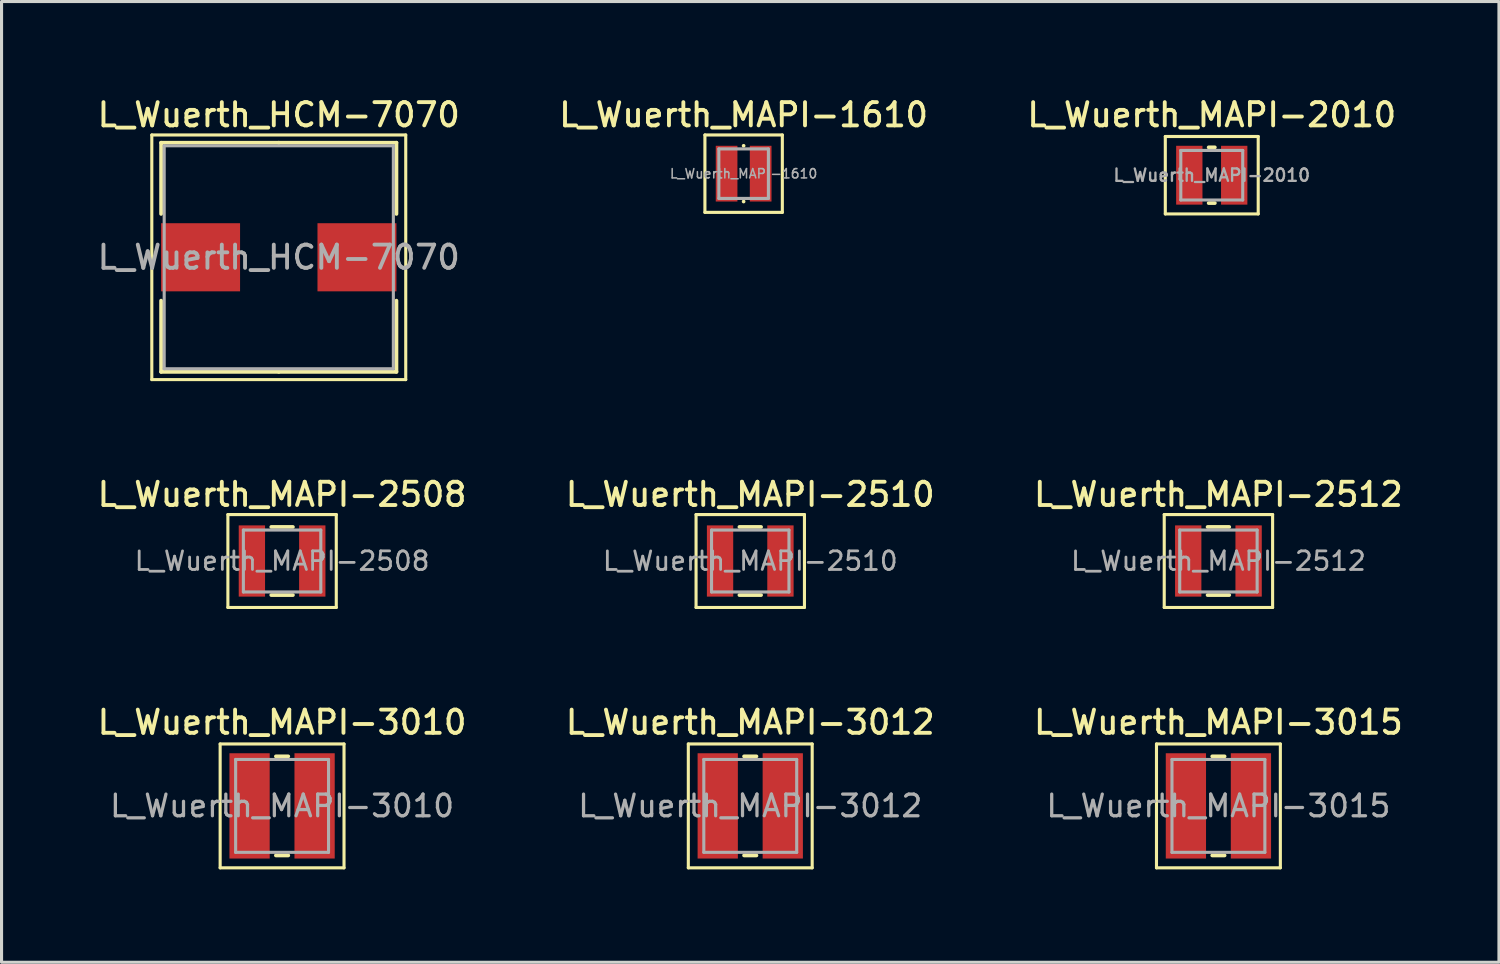
<source format=kicad_pcb>
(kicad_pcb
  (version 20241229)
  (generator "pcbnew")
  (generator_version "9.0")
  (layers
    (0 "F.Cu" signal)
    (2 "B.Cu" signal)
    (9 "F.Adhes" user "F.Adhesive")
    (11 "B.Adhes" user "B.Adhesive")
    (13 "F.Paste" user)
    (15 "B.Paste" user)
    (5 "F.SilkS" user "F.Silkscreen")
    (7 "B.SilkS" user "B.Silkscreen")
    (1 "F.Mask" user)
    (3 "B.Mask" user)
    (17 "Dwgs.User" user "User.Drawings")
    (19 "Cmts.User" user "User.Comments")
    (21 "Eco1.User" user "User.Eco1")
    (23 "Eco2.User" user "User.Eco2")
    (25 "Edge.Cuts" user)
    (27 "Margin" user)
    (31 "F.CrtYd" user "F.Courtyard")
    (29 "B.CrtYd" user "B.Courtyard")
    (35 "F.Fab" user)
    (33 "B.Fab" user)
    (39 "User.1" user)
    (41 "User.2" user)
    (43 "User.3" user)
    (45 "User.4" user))
  (footprint "L_Wuerth_MAPI-2512"
    (layer "F.Cu")
    (at 36.295 15.066)
    (property "Reference" "L_Wuerth_MAPI-2512" (at 0 -2.15 0) (layer "F.SilkS") (effects (font (size 0.75 0.75) (thickness 0.125))))
    (attr smd)
    (fp_line (start -1.75 -1.5) (end -1.75 1.5) (stroke (width 0.1) (type solid)) (layer "F.SilkS"))
    (fp_line (start -1.75 1.5) (end 1.75 1.5) (stroke (width 0.1) (type solid)) (layer "F.SilkS"))
    (fp_line (start -0.35 -1.1) (end 0.35 -1.1) (stroke (width 0.12) (type solid)) (layer "F.SilkS"))
    (fp_line (start -0.35 1.1) (end 0.35 1.1) (stroke (width 0.12) (type solid)) (layer "F.SilkS"))
    (fp_line (start 1.75 -1.5) (end -1.75 -1.5) (stroke (width 0.1) (type solid)) (layer "F.SilkS"))
    (fp_line (start 1.75 1.5) (end 1.75 -1.5) (stroke (width 0.1) (type solid)) (layer "F.SilkS"))
    (fp_line (start -1.25 -1) (end -1.25 1) (stroke (width 0.1) (type solid)) (layer "F.Fab"))
    (fp_line (start -1.25 1) (end 1.25 1) (stroke (width 0.1) (type solid)) (layer "F.Fab"))
    (fp_line (start 1.25 -1) (end -1.25 -1) (stroke (width 0.1) (type solid)) (layer "F.Fab"))
    (fp_line (start 1.25 1) (end 1.25 -1) (stroke (width 0.1) (type solid)) (layer "F.Fab"))
    (fp_text user "${REFERENCE}" (at 0 0 0) (layer "F.Fab") (effects (font (size 0.6 0.6) (thickness 0.09))))
    (pad "1" smd rect (at -0.975 0) (size 0.85 2.3) (layers "F.Cu" "F.Mask" "F.Paste"))
    (pad "2" smd rect (at 0.975 0) (size 0.85 2.3) (layers "F.Cu" "F.Mask" "F.Paste")))
  (footprint "L_Wuerth_MAPI-3010"
    (layer "F.Cu")
    (at 6.059 22.974)
    (property "Reference" "L_Wuerth_MAPI-3010" (at 0 -2.7 0) (layer "F.SilkS") (effects (font (size 0.75 0.75) (thickness 0.125))))
    (attr smd)
    (fp_line (start -2 -2) (end -2 2) (stroke (width 0.1) (type solid)) (layer "F.SilkS"))
    (fp_line (start -2 2) (end 2 2) (stroke (width 0.1) (type solid)) (layer "F.SilkS"))
    (fp_line (start -0.2 -1.6) (end 0.2 -1.6) (stroke (width 0.12) (type solid)) (layer "F.SilkS"))
    (fp_line (start -0.2 1.6) (end 0.2 1.6) (stroke (width 0.12) (type solid)) (layer "F.SilkS"))
    (fp_line (start 2 -2) (end -2 -2) (stroke (width 0.1) (type solid)) (layer "F.SilkS"))
    (fp_line (start 2 2) (end 2 -2) (stroke (width 0.1) (type solid)) (layer "F.SilkS"))
    (fp_line (start -1.5 -1.5) (end -1.5 1.5) (stroke (width 0.1) (type solid)) (layer "F.Fab"))
    (fp_line (start -1.5 1.5) (end 1.5 1.5) (stroke (width 0.1) (type solid)) (layer "F.Fab"))
    (fp_line (start 1.5 -1.5) (end -1.5 -1.5) (stroke (width 0.1) (type solid)) (layer "F.Fab"))
    (fp_line (start 1.5 1.5) (end 1.5 -1.5) (stroke (width 0.1) (type solid)) (layer "F.Fab"))
    (fp_text user "${REFERENCE}" (at 0 0 0) (layer "F.Fab") (effects (font (size 0.7 0.7) (thickness 0.105))))
    (pad "1" smd rect (at -1.05 0) (size 1.3 3.4) (layers "F.Cu" "F.Mask" "F.Paste"))
    (pad "2" smd rect (at 1.05 0) (size 1.3 3.4) (layers "F.Cu" "F.Mask" "F.Paste")))
  (footprint "L_Wuerth_MAPI-2508"
    (layer "F.Cu")
    (at 6.059 15.066)
    (property "Reference" "L_Wuerth_MAPI-2508" (at 0 -2.15 0) (layer "F.SilkS") (effects (font (size 0.75 0.75) (thickness 0.125))))
    (attr smd)
    (fp_line (start -1.75 -1.5) (end -1.75 1.5) (stroke (width 0.1) (type solid)) (layer "F.SilkS"))
    (fp_line (start -1.75 1.5) (end 1.75 1.5) (stroke (width 0.1) (type solid)) (layer "F.SilkS"))
    (fp_line (start -0.35 -1.1) (end 0.35 -1.1) (stroke (width 0.12) (type solid)) (layer "F.SilkS"))
    (fp_line (start -0.35 1.1) (end 0.35 1.1) (stroke (width 0.12) (type solid)) (layer "F.SilkS"))
    (fp_line (start 1.75 -1.5) (end -1.75 -1.5) (stroke (width 0.1) (type solid)) (layer "F.SilkS"))
    (fp_line (start 1.75 1.5) (end 1.75 -1.5) (stroke (width 0.1) (type solid)) (layer "F.SilkS"))
    (fp_line (start -1.25 -1) (end -1.25 1) (stroke (width 0.1) (type solid)) (layer "F.Fab"))
    (fp_line (start -1.25 1) (end 1.25 1) (stroke (width 0.1) (type solid)) (layer "F.Fab"))
    (fp_line (start 1.25 -1) (end -1.25 -1) (stroke (width 0.1) (type solid)) (layer "F.Fab"))
    (fp_line (start 1.25 1) (end 1.25 -1) (stroke (width 0.1) (type solid)) (layer "F.Fab"))
    (fp_text user "${REFERENCE}" (at 0 0 0) (layer "F.Fab") (effects (font (size 0.6 0.6) (thickness 0.09))))
    (pad "1" smd rect (at -0.975 0) (size 0.85 2.3) (layers "F.Cu" "F.Mask" "F.Paste"))
    (pad "2" smd rect (at 0.975 0) (size 0.85 2.3) (layers "F.Cu" "F.Mask" "F.Paste")))
  (footprint "L_Wuerth_HCM-7070"
    (layer "F.Cu")
    (at 5.952 5.258)
    (property "Reference" "L_Wuerth_HCM-7070" (at 0 -4.6 0) (layer "F.SilkS") (effects (font (size 0.75 0.75) (thickness 0.125))))
    (attr smd)
    (fp_line (start -4.1 -3.95) (end -4.1 3.95) (stroke (width 0.1) (type solid)) (layer "F.SilkS"))
    (fp_line (start -4.1 3.95) (end 4.1 3.95) (stroke (width 0.1) (type solid)) (layer "F.SilkS"))
    (fp_line (start -3.8 -3.7) (end 0 -3.7) (stroke (width 0.12) (type solid)) (layer "F.SilkS"))
    (fp_line (start -3.8 -1.4) (end -3.8 -3.7) (stroke (width 0.12) (type solid)) (layer "F.SilkS"))
    (fp_line (start -3.8 1.4) (end -3.8 3.7) (stroke (width 0.12) (type solid)) (layer "F.SilkS"))
    (fp_line (start -3.8 3.7) (end 0 3.7) (stroke (width 0.12) (type solid)) (layer "F.SilkS"))
    (fp_line (start 3.8 -3.7) (end 0 -3.7) (stroke (width 0.12) (type solid)) (layer "F.SilkS"))
    (fp_line (start 3.8 -1.4) (end 3.8 -3.7) (stroke (width 0.12) (type solid)) (layer "F.SilkS"))
    (fp_line (start 3.8 1.4) (end 3.8 3.7) (stroke (width 0.12) (type solid)) (layer "F.SilkS"))
    (fp_line (start 3.8 3.7) (end 0 3.7) (stroke (width 0.12) (type solid)) (layer "F.SilkS"))
    (fp_line (start 4.1 -3.95) (end -4.1 -3.95) (stroke (width 0.1) (type solid)) (layer "F.SilkS"))
    (fp_line (start 4.1 3.95) (end 4.1 -3.95) (stroke (width 0.1) (type solid)) (layer "F.SilkS"))
    (fp_line (start -3.7 -3.6) (end -3.7 3.6) (stroke (width 0.1) (type solid)) (layer "F.Fab"))
    (fp_line (start -3.7 3.6) (end 3.7 3.6) (stroke (width 0.1) (type solid)) (layer "F.Fab"))
    (fp_line (start 3.7 -3.6) (end -3.7 -3.6) (stroke (width 0.1) (type solid)) (layer "F.Fab"))
    (fp_line (start 3.7 3.6) (end 3.7 -3.6) (stroke (width 0.1) (type solid)) (layer "F.Fab"))
    (fp_text user "${REFERENCE}" (at 0 0 0) (layer "F.Fab") (effects (font (size 0.75 0.75) (thickness 0.125))))
    (pad "1" smd rect (at -2.525 0) (size 2.55 2.2) (layers "F.Cu" "F.Mask" "F.Paste"))
    (pad "2" smd rect (at 2.525 0) (size 2.55 2.2) (layers "F.Cu" "F.Mask" "F.Paste")))
  (footprint "L_Wuerth_MAPI-3012"
    (layer "F.Cu")
    (at 21.177 22.974)
    (property "Reference" "L_Wuerth_MAPI-3012" (at 0 -2.7 0) (layer "F.SilkS") (effects (font (size 0.75 0.75) (thickness 0.125))))
    (attr smd)
    (fp_line (start -2 -2) (end -2 2) (stroke (width 0.1) (type solid)) (layer "F.SilkS"))
    (fp_line (start -2 2) (end 2 2) (stroke (width 0.1) (type solid)) (layer "F.SilkS"))
    (fp_line (start -0.2 -1.6) (end 0.2 -1.6) (stroke (width 0.12) (type solid)) (layer "F.SilkS"))
    (fp_line (start -0.2 1.6) (end 0.2 1.6) (stroke (width 0.12) (type solid)) (layer "F.SilkS"))
    (fp_line (start 2 -2) (end -2 -2) (stroke (width 0.1) (type solid)) (layer "F.SilkS"))
    (fp_line (start 2 2) (end 2 -2) (stroke (width 0.1) (type solid)) (layer "F.SilkS"))
    (fp_line (start -1.5 -1.5) (end -1.5 1.5) (stroke (width 0.1) (type solid)) (layer "F.Fab"))
    (fp_line (start -1.5 1.5) (end 1.5 1.5) (stroke (width 0.1) (type solid)) (layer "F.Fab"))
    (fp_line (start 1.5 -1.5) (end -1.5 -1.5) (stroke (width 0.1) (type solid)) (layer "F.Fab"))
    (fp_line (start 1.5 1.5) (end 1.5 -1.5) (stroke (width 0.1) (type solid)) (layer "F.Fab"))
    (fp_text user "${REFERENCE}" (at 0 0 0) (layer "F.Fab") (effects (font (size 0.7 0.7) (thickness 0.105))))
    (pad "1" smd rect (at -1.05 0) (size 1.3 3.4) (layers "F.Cu" "F.Mask" "F.Paste"))
    (pad "2" smd rect (at 1.05 0) (size 1.3 3.4) (layers "F.Cu" "F.Mask" "F.Paste")))
  (footprint "L_Wuerth_MAPI-2010"
    (layer "F.Cu")
    (at 36.08 2.608)
    (property "Reference" "L_Wuerth_MAPI-2010" (at 0 -1.95 0) (layer "F.SilkS") (effects (font (size 0.75 0.75) (thickness 0.125))))
    (attr smd)
    (fp_line (start -1.5 -1.25) (end -1.5 1.25) (stroke (width 0.1) (type solid)) (layer "F.SilkS"))
    (fp_line (start -1.5 1.25) (end 1.5 1.25) (stroke (width 0.1) (type solid)) (layer "F.SilkS"))
    (fp_line (start -0.1 -0.9) (end 0.1 -0.9) (stroke (width 0.12) (type solid)) (layer "F.SilkS"))
    (fp_line (start -0.1 0.9) (end 0.1 0.9) (stroke (width 0.12) (type solid)) (layer "F.SilkS"))
    (fp_line (start 1.5 -1.25) (end -1.5 -1.25) (stroke (width 0.1) (type solid)) (layer "F.SilkS"))
    (fp_line (start 1.5 1.25) (end 1.5 -1.25) (stroke (width 0.1) (type solid)) (layer "F.SilkS"))
    (fp_line (start -1 -0.8) (end -1 0.8) (stroke (width 0.1) (type solid)) (layer "F.Fab"))
    (fp_line (start -1 0.8) (end 1 0.8) (stroke (width 0.1) (type solid)) (layer "F.Fab"))
    (fp_line (start 1 -0.8) (end -1 -0.8) (stroke (width 0.1) (type solid)) (layer "F.Fab"))
    (fp_line (start 1 0.8) (end 1 -0.8) (stroke (width 0.1) (type solid)) (layer "F.Fab"))
    (fp_text user "${REFERENCE}" (at 0 0 0) (layer "F.Fab") (effects (font (size 0.4 0.4) (thickness 0.075))))
    (pad "1" smd rect (at -0.725 0) (size 0.85 1.9) (layers "F.Cu" "F.Mask" "F.Paste"))
    (pad "2" smd rect (at 0.725 0) (size 0.85 1.9) (layers "F.Cu" "F.Mask" "F.Paste")))
  (footprint "L_Wuerth_MAPI-1610"
    (layer "F.Cu")
    (at 20.963 2.558)
    (property "Reference" "L_Wuerth_MAPI-1610" (at 0 -1.9 0) (layer "F.SilkS") (effects (font (size 0.75 0.75) (thickness 0.125))))
    (attr smd)
    (fp_line (start -1.25 -1.25) (end -1.25 1.25) (stroke (width 0.1) (type solid)) (layer "F.SilkS"))
    (fp_line (start -1.25 1.25) (end 1.25 1.25) (stroke (width 0.1) (type solid)) (layer "F.SilkS"))
    (fp_line (start 0 -0.9) (end 0 -0.9) (stroke (width 0.12) (type solid)) (layer "F.SilkS"))
    (fp_line (start 0 0.9) (end 0 0.9) (stroke (width 0.12) (type solid)) (layer "F.SilkS"))
    (fp_line (start 1.25 -1.25) (end -1.25 -1.25) (stroke (width 0.1) (type solid)) (layer "F.SilkS"))
    (fp_line (start 1.25 1.25) (end 1.25 -1.25) (stroke (width 0.1) (type solid)) (layer "F.SilkS"))
    (fp_line (start -0.8 -0.8) (end -0.8 0.8) (stroke (width 0.1) (type solid)) (layer "F.Fab"))
    (fp_line (start -0.8 0.8) (end 0.8 0.8) (stroke (width 0.1) (type solid)) (layer "F.Fab"))
    (fp_line (start 0.8 -0.8) (end -0.8 -0.8) (stroke (width 0.1) (type solid)) (layer "F.Fab"))
    (fp_line (start 0.8 0.8) (end 0.8 -0.8) (stroke (width 0.1) (type solid)) (layer "F.Fab"))
    (fp_text user "${REFERENCE}" (at 0 0 0) (layer "F.Fab") (effects (font (size 0.3 0.3) (thickness 0.05))))
    (pad "1" smd rect (at -0.55 0) (size 0.7 1.8) (layers "F.Cu" "F.Mask" "F.Paste"))
    (pad "2" smd rect (at 0.55 0) (size 0.7 1.8) (layers "F.Cu" "F.Mask" "F.Paste")))
  (footprint "L_Wuerth_MAPI-2510"
    (layer "F.Cu")
    (at 21.177 15.066)
    (property "Reference" "L_Wuerth_MAPI-2510" (at 0 -2.15 0) (layer "F.SilkS") (effects (font (size 0.75 0.75) (thickness 0.125))))
    (attr smd)
    (fp_line (start -1.75 -1.5) (end -1.75 1.5) (stroke (width 0.1) (type solid)) (layer "F.SilkS"))
    (fp_line (start -1.75 1.5) (end 1.75 1.5) (stroke (width 0.1) (type solid)) (layer "F.SilkS"))
    (fp_line (start -0.35 -1.1) (end 0.35 -1.1) (stroke (width 0.12) (type solid)) (layer "F.SilkS"))
    (fp_line (start -0.35 1.1) (end 0.35 1.1) (stroke (width 0.12) (type solid)) (layer "F.SilkS"))
    (fp_line (start 1.75 -1.5) (end -1.75 -1.5) (stroke (width 0.1) (type solid)) (layer "F.SilkS"))
    (fp_line (start 1.75 1.5) (end 1.75 -1.5) (stroke (width 0.1) (type solid)) (layer "F.SilkS"))
    (fp_line (start -1.25 -1) (end -1.25 1) (stroke (width 0.1) (type solid)) (layer "F.Fab"))
    (fp_line (start -1.25 1) (end 1.25 1) (stroke (width 0.1) (type solid)) (layer "F.Fab"))
    (fp_line (start 1.25 -1) (end -1.25 -1) (stroke (width 0.1) (type solid)) (layer "F.Fab"))
    (fp_line (start 1.25 1) (end 1.25 -1) (stroke (width 0.1) (type solid)) (layer "F.Fab"))
    (fp_text user "${REFERENCE}" (at 0 0 0) (layer "F.Fab") (effects (font (size 0.6 0.6) (thickness 0.09))))
    (pad "1" smd rect (at -0.975 0) (size 0.85 2.3) (layers "F.Cu" "F.Mask" "F.Paste"))
    (pad "2" smd rect (at 0.975 0) (size 0.85 2.3) (layers "F.Cu" "F.Mask" "F.Paste")))
  (footprint "L_Wuerth_MAPI-3015"
    (layer "F.Cu")
    (at 36.295 22.974)
    (property "Reference" "L_Wuerth_MAPI-3015" (at 0 -2.7 0) (layer "F.SilkS") (effects (font (size 0.75 0.75) (thickness 0.125))))
    (attr smd)
    (fp_line (start -2 -2) (end -2 2) (stroke (width 0.1) (type solid)) (layer "F.SilkS"))
    (fp_line (start -2 2) (end 2 2) (stroke (width 0.1) (type solid)) (layer "F.SilkS"))
    (fp_line (start -0.2 -1.6) (end 0.2 -1.6) (stroke (width 0.12) (type solid)) (layer "F.SilkS"))
    (fp_line (start -0.2 1.6) (end 0.2 1.6) (stroke (width 0.12) (type solid)) (layer "F.SilkS"))
    (fp_line (start 2 -2) (end -2 -2) (stroke (width 0.1) (type solid)) (layer "F.SilkS"))
    (fp_line (start 2 2) (end 2 -2) (stroke (width 0.1) (type solid)) (layer "F.SilkS"))
    (fp_line (start -1.5 -1.5) (end -1.5 1.5) (stroke (width 0.1) (type solid)) (layer "F.Fab"))
    (fp_line (start -1.5 1.5) (end 1.5 1.5) (stroke (width 0.1) (type solid)) (layer "F.Fab"))
    (fp_line (start 1.5 -1.5) (end -1.5 -1.5) (stroke (width 0.1) (type solid)) (layer "F.Fab"))
    (fp_line (start 1.5 1.5) (end 1.5 -1.5) (stroke (width 0.1) (type solid)) (layer "F.Fab"))
    (fp_text user "${REFERENCE}" (at 0 0 0) (layer "F.Fab") (effects (font (size 0.7 0.7) (thickness 0.105))))
    (pad "1" smd rect (at -1.05 0) (size 1.3 3.4) (layers "F.Cu" "F.Mask" "F.Paste"))
    (pad "2" smd rect (at 1.05 0) (size 1.3 3.4) (layers "F.Cu" "F.Mask" "F.Paste")))
  (gr_rect
    (start -3 -3)
    (end 45.354 28.024)
    (stroke (width 0.1) (type default))
    (fill no)
    (layer "Edge.Cuts")))
</source>
